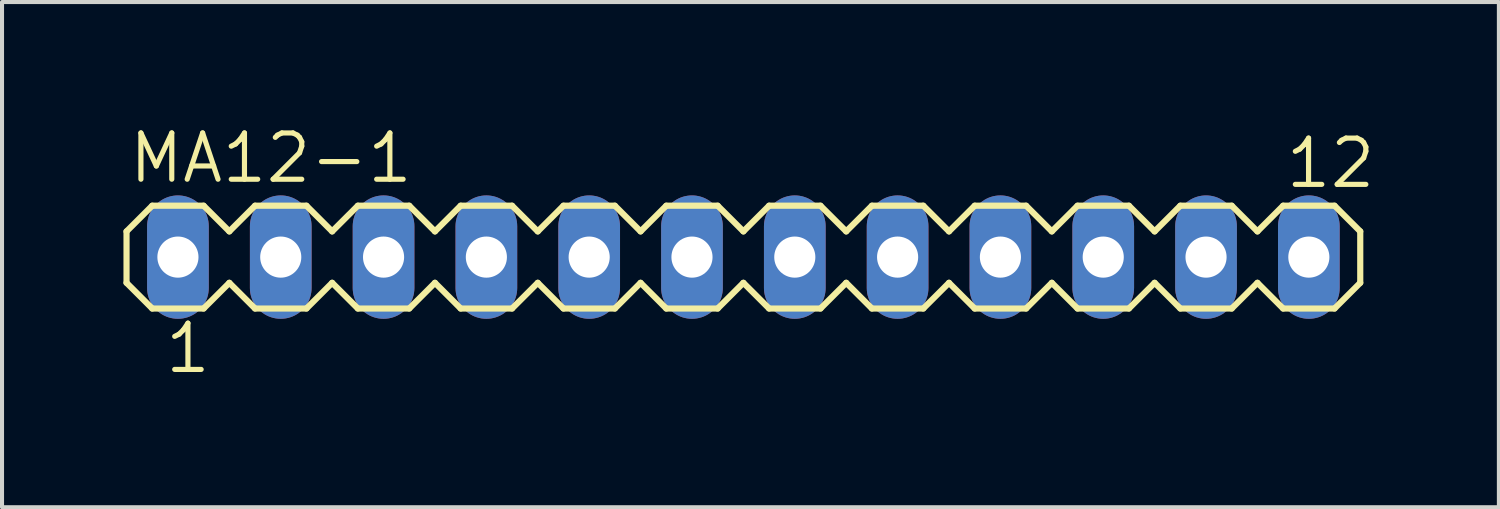
<source format=kicad_pcb>
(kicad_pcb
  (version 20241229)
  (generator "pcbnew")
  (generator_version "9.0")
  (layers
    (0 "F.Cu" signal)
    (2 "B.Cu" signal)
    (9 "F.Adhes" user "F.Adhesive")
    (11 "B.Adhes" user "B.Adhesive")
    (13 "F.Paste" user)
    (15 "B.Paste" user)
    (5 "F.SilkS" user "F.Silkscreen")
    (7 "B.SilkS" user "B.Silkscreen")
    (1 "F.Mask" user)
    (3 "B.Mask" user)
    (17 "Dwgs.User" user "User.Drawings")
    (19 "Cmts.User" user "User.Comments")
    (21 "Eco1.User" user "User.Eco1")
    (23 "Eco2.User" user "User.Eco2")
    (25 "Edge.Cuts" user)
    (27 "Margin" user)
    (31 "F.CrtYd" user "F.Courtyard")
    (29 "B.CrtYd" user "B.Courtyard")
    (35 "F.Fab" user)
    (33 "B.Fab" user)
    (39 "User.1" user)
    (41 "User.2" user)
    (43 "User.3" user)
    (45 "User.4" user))
  (footprint "MA12-1"
    (layer "F.Cu")
    (at 15.316 3.302)
    (property "Reference" "MA12-1" (at -15.24 -1.778 0) (layer "F.SilkS") (effects (font (size 1.143 1.143) (thickness 0.127)) (justify left bottom)))
    (fp_line (start -15.24 -0.635) (end -15.24 0.635) (stroke (width 0.152) (type solid)) (layer "F.SilkS"))
    (fp_line (start -15.24 0.635) (end -14.605 1.27) (stroke (width 0.152) (type solid)) (layer "F.SilkS"))
    (fp_line (start -14.605 -1.27) (end -15.24 -0.635) (stroke (width 0.152) (type solid)) (layer "F.SilkS"))
    (fp_line (start -14.605 -1.27) (end -13.335 -1.27) (stroke (width 0.152) (type solid)) (layer "F.SilkS"))
    (fp_line (start -13.335 -1.27) (end -12.7 -0.635) (stroke (width 0.152) (type solid)) (layer "F.SilkS"))
    (fp_line (start -13.335 1.27) (end -14.605 1.27) (stroke (width 0.152) (type solid)) (layer "F.SilkS"))
    (fp_line (start -12.7 -0.635) (end -12.065 -1.27) (stroke (width 0.152) (type solid)) (layer "F.SilkS"))
    (fp_line (start -12.7 0.635) (end -13.335 1.27) (stroke (width 0.152) (type solid)) (layer "F.SilkS"))
    (fp_line (start -12.065 -1.27) (end -10.795 -1.27) (stroke (width 0.152) (type solid)) (layer "F.SilkS"))
    (fp_line (start -12.065 1.27) (end -12.7 0.635) (stroke (width 0.152) (type solid)) (layer "F.SilkS"))
    (fp_line (start -10.795 -1.27) (end -10.16 -0.635) (stroke (width 0.152) (type solid)) (layer "F.SilkS"))
    (fp_line (start -10.795 1.27) (end -12.065 1.27) (stroke (width 0.152) (type solid)) (layer "F.SilkS"))
    (fp_line (start -10.16 -0.635) (end -9.525 -1.27) (stroke (width 0.152) (type solid)) (layer "F.SilkS"))
    (fp_line (start -10.16 0.635) (end -10.795 1.27) (stroke (width 0.152) (type solid)) (layer "F.SilkS"))
    (fp_line (start -9.525 -1.27) (end -8.255 -1.27) (stroke (width 0.152) (type solid)) (layer "F.SilkS"))
    (fp_line (start -9.525 1.27) (end -10.16 0.635) (stroke (width 0.152) (type solid)) (layer "F.SilkS"))
    (fp_line (start -8.255 -1.27) (end -7.62 -0.635) (stroke (width 0.152) (type solid)) (layer "F.SilkS"))
    (fp_line (start -8.255 1.27) (end -9.525 1.27) (stroke (width 0.152) (type solid)) (layer "F.SilkS"))
    (fp_line (start -7.62 0.635) (end -8.255 1.27) (stroke (width 0.152) (type solid)) (layer "F.SilkS"))
    (fp_line (start -7.62 0.635) (end -6.985 1.27) (stroke (width 0.152) (type solid)) (layer "F.SilkS"))
    (fp_line (start -6.985 -1.27) (end -7.62 -0.635) (stroke (width 0.152) (type solid)) (layer "F.SilkS"))
    (fp_line (start -6.985 -1.27) (end -5.715 -1.27) (stroke (width 0.152) (type solid)) (layer "F.SilkS"))
    (fp_line (start -5.715 -1.27) (end -5.08 -0.635) (stroke (width 0.152) (type solid)) (layer "F.SilkS"))
    (fp_line (start -5.715 1.27) (end -6.985 1.27) (stroke (width 0.152) (type solid)) (layer "F.SilkS"))
    (fp_line (start -5.08 -0.635) (end -4.445 -1.27) (stroke (width 0.152) (type solid)) (layer "F.SilkS"))
    (fp_line (start -5.08 0.635) (end -5.715 1.27) (stroke (width 0.152) (type solid)) (layer "F.SilkS"))
    (fp_line (start -4.445 -1.27) (end -3.175 -1.27) (stroke (width 0.152) (type solid)) (layer "F.SilkS"))
    (fp_line (start -4.445 1.27) (end -5.08 0.635) (stroke (width 0.152) (type solid)) (layer "F.SilkS"))
    (fp_line (start -3.175 -1.27) (end -2.54 -0.635) (stroke (width 0.152) (type solid)) (layer "F.SilkS"))
    (fp_line (start -3.175 1.27) (end -4.445 1.27) (stroke (width 0.152) (type solid)) (layer "F.SilkS"))
    (fp_line (start -2.54 -0.635) (end -1.905 -1.27) (stroke (width 0.152) (type solid)) (layer "F.SilkS"))
    (fp_line (start -2.54 0.635) (end -3.175 1.27) (stroke (width 0.152) (type solid)) (layer "F.SilkS"))
    (fp_line (start -1.905 -1.27) (end -0.635 -1.27) (stroke (width 0.152) (type solid)) (layer "F.SilkS"))
    (fp_line (start -1.905 1.27) (end -2.54 0.635) (stroke (width 0.152) (type solid)) (layer "F.SilkS"))
    (fp_line (start -0.635 -1.27) (end 0 -0.635) (stroke (width 0.152) (type solid)) (layer "F.SilkS"))
    (fp_line (start -0.635 1.27) (end -1.905 1.27) (stroke (width 0.152) (type solid)) (layer "F.SilkS"))
    (fp_line (start 0 0.635) (end -0.635 1.27) (stroke (width 0.152) (type solid)) (layer "F.SilkS"))
    (fp_line (start 0 0.635) (end 0.635 1.27) (stroke (width 0.152) (type solid)) (layer "F.SilkS"))
    (fp_line (start 0.635 -1.27) (end 0 -0.635) (stroke (width 0.152) (type solid)) (layer "F.SilkS"))
    (fp_line (start 0.635 -1.27) (end 1.905 -1.27) (stroke (width 0.152) (type solid)) (layer "F.SilkS"))
    (fp_line (start 1.905 -1.27) (end 2.54 -0.635) (stroke (width 0.152) (type solid)) (layer "F.SilkS"))
    (fp_line (start 1.905 1.27) (end 0.635 1.27) (stroke (width 0.152) (type solid)) (layer "F.SilkS"))
    (fp_line (start 2.54 -0.635) (end 3.175 -1.27) (stroke (width 0.152) (type solid)) (layer "F.SilkS"))
    (fp_line (start 2.54 0.635) (end 1.905 1.27) (stroke (width 0.152) (type solid)) (layer "F.SilkS"))
    (fp_line (start 3.175 -1.27) (end 4.445 -1.27) (stroke (width 0.152) (type solid)) (layer "F.SilkS"))
    (fp_line (start 3.175 1.27) (end 2.54 0.635) (stroke (width 0.152) (type solid)) (layer "F.SilkS"))
    (fp_line (start 4.445 -1.27) (end 5.08 -0.635) (stroke (width 0.152) (type solid)) (layer "F.SilkS"))
    (fp_line (start 4.445 1.27) (end 3.175 1.27) (stroke (width 0.152) (type solid)) (layer "F.SilkS"))
    (fp_line (start 5.08 -0.635) (end 5.715 -1.27) (stroke (width 0.152) (type solid)) (layer "F.SilkS"))
    (fp_line (start 5.08 0.635) (end 4.445 1.27) (stroke (width 0.152) (type solid)) (layer "F.SilkS"))
    (fp_line (start 5.715 -1.27) (end 6.985 -1.27) (stroke (width 0.152) (type solid)) (layer "F.SilkS"))
    (fp_line (start 5.715 1.27) (end 5.08 0.635) (stroke (width 0.152) (type solid)) (layer "F.SilkS"))
    (fp_line (start 6.985 -1.27) (end 7.62 -0.635) (stroke (width 0.152) (type solid)) (layer "F.SilkS"))
    (fp_line (start 6.985 1.27) (end 5.715 1.27) (stroke (width 0.152) (type solid)) (layer "F.SilkS"))
    (fp_line (start 7.62 0.635) (end 6.985 1.27) (stroke (width 0.152) (type solid)) (layer "F.SilkS"))
    (fp_line (start 7.62 0.635) (end 8.255 1.27) (stroke (width 0.152) (type solid)) (layer "F.SilkS"))
    (fp_line (start 8.255 -1.27) (end 7.62 -0.635) (stroke (width 0.152) (type solid)) (layer "F.SilkS"))
    (fp_line (start 8.255 -1.27) (end 9.525 -1.27) (stroke (width 0.152) (type solid)) (layer "F.SilkS"))
    (fp_line (start 9.525 -1.27) (end 10.16 -0.635) (stroke (width 0.152) (type solid)) (layer "F.SilkS"))
    (fp_line (start 9.525 1.27) (end 8.255 1.27) (stroke (width 0.152) (type solid)) (layer "F.SilkS"))
    (fp_line (start 10.16 -0.635) (end 10.795 -1.27) (stroke (width 0.152) (type solid)) (layer "F.SilkS"))
    (fp_line (start 10.16 0.635) (end 9.525 1.27) (stroke (width 0.152) (type solid)) (layer "F.SilkS"))
    (fp_line (start 10.795 -1.27) (end 12.065 -1.27) (stroke (width 0.152) (type solid)) (layer "F.SilkS"))
    (fp_line (start 10.795 1.27) (end 10.16 0.635) (stroke (width 0.152) (type solid)) (layer "F.SilkS"))
    (fp_line (start 12.065 -1.27) (end 12.7 -0.635) (stroke (width 0.152) (type solid)) (layer "F.SilkS"))
    (fp_line (start 12.065 1.27) (end 10.795 1.27) (stroke (width 0.152) (type solid)) (layer "F.SilkS"))
    (fp_line (start 12.7 -0.635) (end 13.335 -1.27) (stroke (width 0.152) (type solid)) (layer "F.SilkS"))
    (fp_line (start 12.7 0.635) (end 12.065 1.27) (stroke (width 0.152) (type solid)) (layer "F.SilkS"))
    (fp_line (start 13.335 -1.27) (end 14.605 -1.27) (stroke (width 0.152) (type solid)) (layer "F.SilkS"))
    (fp_line (start 13.335 1.27) (end 12.7 0.635) (stroke (width 0.152) (type solid)) (layer "F.SilkS"))
    (fp_line (start 14.605 -1.27) (end 15.24 -0.635) (stroke (width 0.152) (type solid)) (layer "F.SilkS"))
    (fp_line (start 14.605 1.27) (end 13.335 1.27) (stroke (width 0.152) (type solid)) (layer "F.SilkS"))
    (fp_line (start 15.24 -0.635) (end 15.24 0.635) (stroke (width 0.152) (type solid)) (layer "F.SilkS"))
    (fp_line (start 15.24 0.635) (end 14.605 1.27) (stroke (width 0.152) (type solid)) (layer "F.SilkS"))
    (fp_poly (pts (xy -14.224 0.254) (xy -13.716 0.254) (xy -13.716 -0.254) (xy -14.224 -0.254)) (stroke (width 0.1) (type solid)) (fill no) (layer "F.Fab"))
    (fp_poly (pts (xy -11.684 0.254) (xy -11.176 0.254) (xy -11.176 -0.254) (xy -11.684 -0.254)) (stroke (width 0.1) (type solid)) (fill no) (layer "F.Fab"))
    (fp_poly (pts (xy -9.144 0.254) (xy -8.636 0.254) (xy -8.636 -0.254) (xy -9.144 -0.254)) (stroke (width 0.1) (type solid)) (fill no) (layer "F.Fab"))
    (fp_poly (pts (xy -6.604 0.254) (xy -6.096 0.254) (xy -6.096 -0.254) (xy -6.604 -0.254)) (stroke (width 0.1) (type solid)) (fill no) (layer "F.Fab"))
    (fp_poly (pts (xy -4.064 0.254) (xy -3.556 0.254) (xy -3.556 -0.254) (xy -4.064 -0.254)) (stroke (width 0.1) (type solid)) (fill no) (layer "F.Fab"))
    (fp_poly (pts (xy -1.524 0.254) (xy -1.016 0.254) (xy -1.016 -0.254) (xy -1.524 -0.254)) (stroke (width 0.1) (type solid)) (fill no) (layer "F.Fab"))
    (fp_poly (pts (xy 1.016 0.254) (xy 1.524 0.254) (xy 1.524 -0.254) (xy 1.016 -0.254)) (stroke (width 0.1) (type solid)) (fill no) (layer "F.Fab"))
    (fp_poly (pts (xy 3.556 0.254) (xy 4.064 0.254) (xy 4.064 -0.254) (xy 3.556 -0.254)) (stroke (width 0.1) (type solid)) (fill no) (layer "F.Fab"))
    (fp_poly (pts (xy 6.096 0.254) (xy 6.604 0.254) (xy 6.604 -0.254) (xy 6.096 -0.254)) (stroke (width 0.1) (type solid)) (fill no) (layer "F.Fab"))
    (fp_poly (pts (xy 8.636 0.254) (xy 9.144 0.254) (xy 9.144 -0.254) (xy 8.636 -0.254)) (stroke (width 0.1) (type solid)) (fill no) (layer "F.Fab"))
    (fp_poly (pts (xy 11.176 0.254) (xy 11.684 0.254) (xy 11.684 -0.254) (xy 11.176 -0.254)) (stroke (width 0.1) (type solid)) (fill no) (layer "F.Fab"))
    (fp_poly (pts (xy 13.716 0.254) (xy 14.224 0.254) (xy 14.224 -0.254) (xy 13.716 -0.254)) (stroke (width 0.1) (type solid)) (fill no) (layer "F.Fab"))
    (fp_text user "1" (at -14.351 2.921 0) (layer "F.SilkS") (effects (font (size 1.143 1.143) (thickness 0.127)) (justify left bottom)))
    (fp_text user "12" (at 13.335 -1.651 0) (layer "F.SilkS") (effects (font (size 1.143 1.143) (thickness 0.127)) (justify left bottom)))
    (pad "1" thru_hole oval (at -13.97 0 90) (size 3.048 1.524) (drill 1.016) (layers "*.Cu" "*.Mask"))
    (pad "2" thru_hole oval (at -11.43 0 90) (size 3.048 1.524) (drill 1.016) (layers "*.Cu" "*.Mask"))
    (pad "3" thru_hole oval (at -8.89 0 90) (size 3.048 1.524) (drill 1.016) (layers "*.Cu" "*.Mask"))
    (pad "4" thru_hole oval (at -6.35 0 90) (size 3.048 1.524) (drill 1.016) (layers "*.Cu" "*.Mask"))
    (pad "5" thru_hole oval (at -3.81 0 90) (size 3.048 1.524) (drill 1.016) (layers "*.Cu" "*.Mask"))
    (pad "6" thru_hole oval (at -1.27 0 90) (size 3.048 1.524) (drill 1.016) (layers "*.Cu" "*.Mask"))
    (pad "7" thru_hole oval (at 1.27 0 90) (size 3.048 1.524) (drill 1.016) (layers "*.Cu" "*.Mask"))
    (pad "8" thru_hole oval (at 3.81 0 90) (size 3.048 1.524) (drill 1.016) (layers "*.Cu" "*.Mask"))
    (pad "9" thru_hole oval (at 6.35 0 90) (size 3.048 1.524) (drill 1.016) (layers "*.Cu" "*.Mask"))
    (pad "10" thru_hole oval (at 8.89 0 90) (size 3.048 1.524) (drill 1.016) (layers "*.Cu" "*.Mask"))
    (pad "11" thru_hole oval (at 11.43 0 90) (size 3.048 1.524) (drill 1.016) (layers "*.Cu" "*.Mask"))
    (pad "12" thru_hole oval (at 13.97 0 90) (size 3.048 1.524) (drill 1.016) (layers "*.Cu" "*.Mask")))
  (gr_rect
    (start -3 -3)
    (end 33.981 9.482)
    (stroke (width 0.1) (type default))
    (fill no)
    (layer "Edge.Cuts")))
</source>
